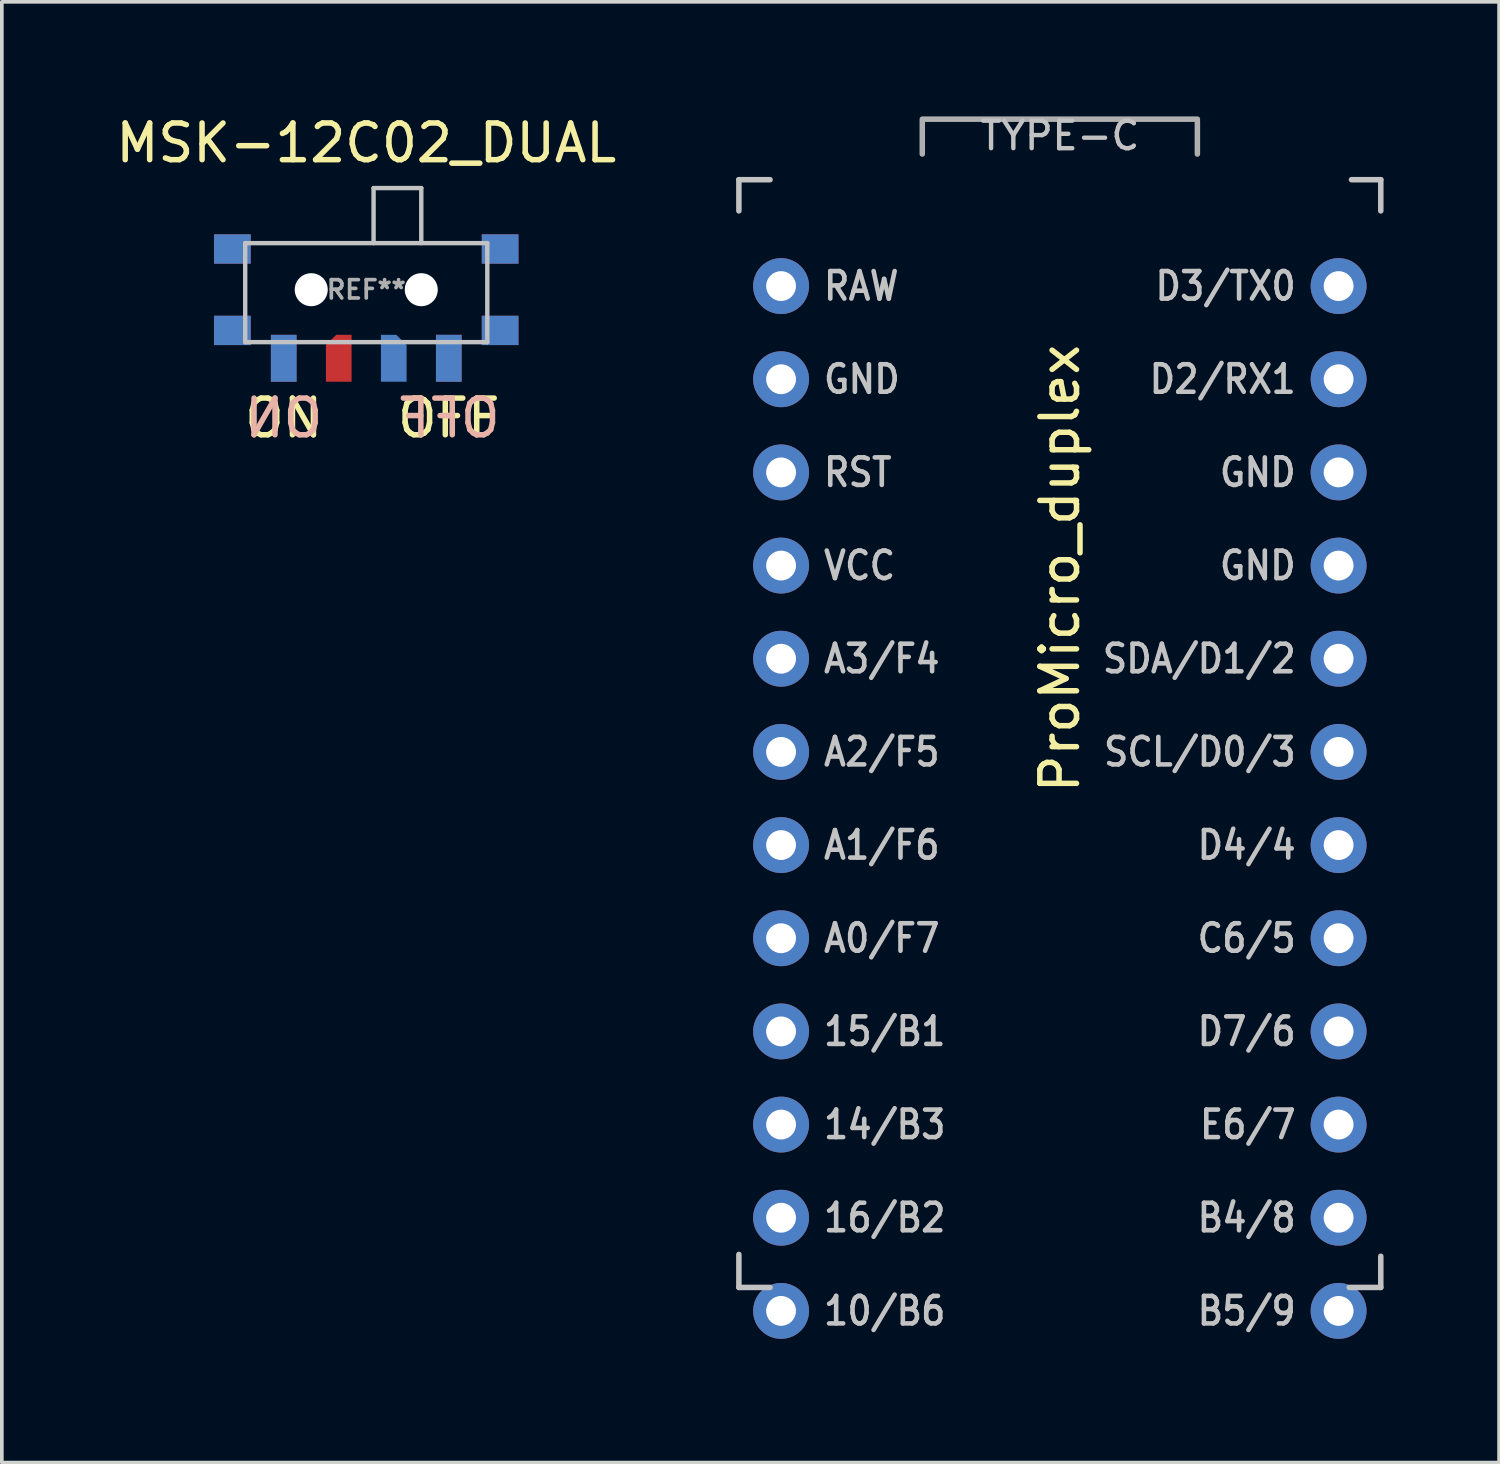
<source format=kicad_pcb>
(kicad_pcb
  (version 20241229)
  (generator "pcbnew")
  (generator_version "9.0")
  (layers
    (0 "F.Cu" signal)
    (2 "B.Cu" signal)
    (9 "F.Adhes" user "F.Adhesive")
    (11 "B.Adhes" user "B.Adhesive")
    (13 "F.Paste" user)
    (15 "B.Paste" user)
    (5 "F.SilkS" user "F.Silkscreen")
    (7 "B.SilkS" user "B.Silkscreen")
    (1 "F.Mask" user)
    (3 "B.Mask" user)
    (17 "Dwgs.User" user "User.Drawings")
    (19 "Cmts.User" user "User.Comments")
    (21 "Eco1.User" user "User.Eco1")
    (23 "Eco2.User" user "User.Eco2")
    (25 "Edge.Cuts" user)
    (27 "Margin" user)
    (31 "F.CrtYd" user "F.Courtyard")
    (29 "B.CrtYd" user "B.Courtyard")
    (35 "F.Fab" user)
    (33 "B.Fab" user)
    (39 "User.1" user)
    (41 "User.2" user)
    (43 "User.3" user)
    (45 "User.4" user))
  (footprint "MSK-12C02_DUAL"
    (layer "F.Cu")
    (at 6.935 3.578)
    (property "Reference" "MSK-12C02_DUAL" (at 0 -2.73 0) (layer "F.SilkS") (effects (font (size 1 1) (thickness 0.15))))
    (attr smd)
    (fp_line (start -3.3 0) (end -3.3 2.7) (stroke (width 0.12) (type solid)) (layer "Dwgs.User"))
    (fp_line (start -3.3 0) (end 3.3 0) (stroke (width 0.12) (type solid)) (layer "Dwgs.User"))
    (fp_line (start -3.3 2.7) (end 3.3 2.7) (stroke (width 0.12) (type solid)) (layer "Dwgs.User"))
    (fp_line (start 0.2 -1.5) (end 0.2 0) (stroke (width 0.12) (type solid)) (layer "Dwgs.User"))
    (fp_line (start 0.2 -1.5) (end 1.5 -1.5) (stroke (width 0.12) (type solid)) (layer "Dwgs.User"))
    (fp_line (start 1.5 -1.5) (end 1.5 0) (stroke (width 0.12) (type solid)) (layer "Dwgs.User"))
    (fp_line (start 3.3 0) (end 3.3 2.7) (stroke (width 0.12) (type solid)) (layer "Dwgs.User"))
    (fp_text user "OFF" (at 2.25 4.77 0) (layer "F.SilkS") (effects (font (size 1 1) (thickness 0.15))))
    (fp_text user "ON" (at -2.25 4.77 0) (layer "F.SilkS") (effects (font (size 1 1) (thickness 0.15))))
    (fp_text user "ON" (at -2.25 4.77 0) (layer "B.SilkS") (effects (font (size 1 1) (thickness 0.15)) (justify mirror)))
    (fp_text user "OFF" (at 2.25 4.77 0) (layer "B.SilkS") (effects (font (size 1 1) (thickness 0.15)) (justify mirror)))
    (fp_text user "REF**" (at 0 1.27 0) (layer "F.Fab") (effects (font (size 0.5 0.5) (thickness 0.1))))
    (pad "" smd rect (at -3.65 0.16) (size 1 0.8) (layers "F.Cu" "F.Mask" "F.Paste"))
    (pad "" smd rect (at -3.65 0.16) (size 1 0.8) (layers "B.Cu" "B.Mask" "B.Paste"))
    (pad "" smd rect (at -3.65 2.38) (size 1 0.8) (layers "F.Cu" "F.Mask" "F.Paste"))
    (pad "" smd rect (at -3.65 2.38) (size 1 0.8) (layers "B.Cu" "B.Mask" "B.Paste"))
    (pad "" np_thru_hole circle (at -1.5 1.27) (size 0.9 0.9) (drill 0.9) (layers "*.Cu" "*.Mask"))
    (pad "" np_thru_hole circle (at 1.5 1.27) (size 0.9 0.9) (drill 0.9) (layers "*.Cu" "*.Mask"))
    (pad "" smd rect (at 2.25 3.14) (size 0.7 1.28) (layers "F.Cu" "F.Mask" "F.Paste"))
    (pad "" smd rect (at 2.25 3.14) (size 0.7 1.28) (layers "B.Cu" "B.Mask" "B.Paste"))
    (pad "" smd rect (at 3.65 0.16) (size 1 0.8) (layers "F.Cu" "F.Mask" "F.Paste"))
    (pad "" smd rect (at 3.65 0.16) (size 1 0.8) (layers "B.Cu" "B.Mask" "B.Paste"))
    (pad "" smd rect (at 3.65 2.38) (size 1 0.8) (layers "F.Cu" "F.Mask" "F.Paste"))
    (pad "" smd rect (at 3.65 2.38) (size 1 0.8) (layers "B.Cu" "B.Mask" "B.Paste"))
    (pad "1" smd rect (at -2.25 3.14) (size 0.7 1.28) (layers "F.Cu" "F.Mask" "F.Paste"))
    (pad "1" smd rect (at -2.25 3.14) (size 0.7 1.28) (layers "B.Cu" "B.Mask" "B.Paste"))
    (pad "2" smd roundrect (at -0.75 3.14) (size 0.7 1.28) (layers "F.Cu" "F.Mask" "F.Paste") (roundrect_rratio 0) (chamfer_ratio 0.4) (chamfer top_left))
    (pad "2" smd roundrect (at 0.75 3.14) (size 0.7 1.28) (layers "B.Cu" "B.Mask" "B.Paste") (roundrect_rratio 0) (chamfer_ratio 0.4) (chamfer top_right)))
  (footprint "ProMicro_duplex"
    (layer "F.Cu")
    (at 25.844 17.449)
    (property "Reference" "ProMicro_duplex" (at 0 -5 270) (layer "F.SilkS") (effects (font (size 1 1) (thickness 0.15))))
    (attr through_hole)
    (fp_line (start -8.75 -15.6) (end -8.75 -14.75) (stroke (width 0.15) (type solid)) (layer "Dwgs.User"))
    (fp_line (start -8.75 -15.6) (end -7.9 -15.6) (stroke (width 0.15) (type solid)) (layer "Dwgs.User"))
    (fp_line (start -8.75 13.7) (end -8.75 14.6) (stroke (width 0.15) (type solid)) (layer "Dwgs.User"))
    (fp_line (start -8.75 14.6) (end -7.9 14.6) (stroke (width 0.15) (type solid)) (layer "Dwgs.User"))
    (fp_line (start 8.75 -15.6) (end 7.95 -15.6) (stroke (width 0.15) (type solid)) (layer "Dwgs.User"))
    (fp_line (start 8.75 -15.6) (end 8.75 -14.75) (stroke (width 0.15) (type solid)) (layer "Dwgs.User"))
    (fp_line (start 8.75 13.75) (end 8.75 14.6) (stroke (width 0.15) (type solid)) (layer "Dwgs.User"))
    (fp_line (start 8.75 14.6) (end 7.89 14.6) (stroke (width 0.15) (type solid)) (layer "Dwgs.User"))
    (fp_line (start -8.9 -16.3) (end -3.75 -16.3) (stroke (width 0.15) (type solid)) (layer "Eco1.User"))
    (fp_line (start -8.9 16.3) (end -8.9 -16.3) (stroke (width 0.15) (type solid)) (layer "Eco1.User"))
    (fp_line (start -3.75 -16.3) (end 3.75 -16.3) (stroke (width 0.15) (type solid)) (layer "Eco1.User"))
    (fp_line (start 3.75 -16.3) (end 8.9 -16.3) (stroke (width 0.15) (type solid)) (layer "Eco1.User"))
    (fp_line (start 8.9 -16.3) (end 8.9 16.3) (stroke (width 0.15) (type solid)) (layer "Eco1.User"))
    (fp_line (start 8.9 16.3) (end -8.9 16.3) (stroke (width 0.15) (type solid)) (layer "Eco1.User"))
    (fp_line (start -3.75 -17.25) (end 3.75 -17.25) (stroke (width 0.15) (type solid)) (layer "F.Fab"))
    (fp_line (start -3.75 -17.2) (end -3.75 -16.3) (stroke (width 0.15) (type solid)) (layer "F.Fab"))
    (fp_line (start 3.75 -17.2) (end 3.75 -16.3) (stroke (width 0.15) (type solid)) (layer "F.Fab"))
    (fp_text user "D3/TX0" (at 6.5 -12.7 0) (unlocked yes) (layer "Dwgs.User") (effects (font (size 0.75 0.67) (thickness 0.125)) (justify right)))
    (fp_text user "RST" (at -6.5 -7.62 0) (unlocked yes) (layer "Dwgs.User") (effects (font (size 0.75 0.67) (thickness 0.125)) (justify left)))
    (fp_text user "D7/6" (at 6.5 7.62 0) (unlocked yes) (layer "Dwgs.User") (effects (font (size 0.75 0.67) (thickness 0.125)) (justify right)))
    (fp_text user "A2/F5" (at -6.5 0 0) (unlocked yes) (layer "Dwgs.User") (effects (font (size 0.75 0.67) (thickness 0.125)) (justify left)))
    (fp_text user "16/B2" (at -6.5 12.7 0) (unlocked yes) (layer "Dwgs.User") (effects (font (size 0.75 0.67) (thickness 0.125)) (justify left)))
    (fp_text user "VCC" (at -6.5 -5.08 0) (unlocked yes) (layer "Dwgs.User") (effects (font (size 0.75 0.67) (thickness 0.125)) (justify left)))
    (fp_text user "10/B6" (at -6.5 15.24 0) (unlocked yes) (layer "Dwgs.User") (effects (font (size 0.75 0.67) (thickness 0.125)) (justify left)))
    (fp_text user "GND" (at 6.5 -5.08 0) (unlocked yes) (layer "Dwgs.User") (effects (font (size 0.75 0.67) (thickness 0.125)) (justify right)))
    (fp_text user "GND" (at -6.5 -10.16 0) (unlocked yes) (layer "Dwgs.User") (effects (font (size 0.75 0.67) (thickness 0.125)) (justify left)))
    (fp_text user "15/B1" (at -6.5 7.62 0) (unlocked yes) (layer "Dwgs.User") (effects (font (size 0.75 0.67) (thickness 0.125)) (justify left)))
    (fp_text user "B5/9" (at 6.5 15.24 0) (unlocked yes) (layer "Dwgs.User") (effects (font (size 0.75 0.67) (thickness 0.125)) (justify right)))
    (fp_text user "SDA/D1/2" (at 6.5 -2.54 0) (unlocked yes) (layer "Dwgs.User") (effects (font (size 0.75 0.67) (thickness 0.125)) (justify right)))
    (fp_text user "D4/4" (at 6.5 2.54 0) (unlocked yes) (layer "Dwgs.User") (effects (font (size 0.75 0.67) (thickness 0.125)) (justify right)))
    (fp_text user "SCL/D0/3" (at 6.5 0 0) (unlocked yes) (layer "Dwgs.User") (effects (font (size 0.75 0.67) (thickness 0.125)) (justify right)))
    (fp_text user "A1/F6" (at -6.5 2.54 0) (unlocked yes) (layer "Dwgs.User") (effects (font (size 0.75 0.67) (thickness 0.125)) (justify left)))
    (fp_text user "A3/F4" (at -6.5 -2.54 0) (unlocked yes) (layer "Dwgs.User") (effects (font (size 0.75 0.67) (thickness 0.125)) (justify left)))
    (fp_text user "14/B3" (at -6.5 10.16 0) (unlocked yes) (layer "Dwgs.User") (effects (font (size 0.75 0.67) (thickness 0.125)) (justify left)))
    (fp_text user "RAW" (at -6.5 -12.7 0) (unlocked yes) (layer "Dwgs.User") (effects (font (size 0.75 0.67) (thickness 0.125)) (justify left)))
    (fp_text user "B4/8" (at 6.5 12.7 0) (unlocked yes) (layer "Dwgs.User") (effects (font (size 0.75 0.67) (thickness 0.125)) (justify right)))
    (fp_text user "A0/F7" (at -6.5 5.08 0) (unlocked yes) (layer "Dwgs.User") (effects (font (size 0.75 0.67) (thickness 0.125)) (justify left)))
    (fp_text user "GND" (at 6.5 -7.62 0) (unlocked yes) (layer "Dwgs.User") (effects (font (size 0.75 0.67) (thickness 0.125)) (justify right)))
    (fp_text user "C6/5" (at 6.5 5.08 0) (unlocked yes) (layer "Dwgs.User") (effects (font (size 0.75 0.67) (thickness 0.125)) (justify right)))
    (fp_text user "TYPE-C" (at 0 -16.8 0) (layer "Dwgs.User") (effects (font (size 0.75 0.75) (thickness 0.12))))
    (fp_text user "E6/7" (at 6.5 10.16 0) (unlocked yes) (layer "Dwgs.User") (effects (font (size 0.75 0.67) (thickness 0.125)) (justify right)))
    (fp_text user "D2/RX1" (at 6.5 -10.16 0) (unlocked yes) (layer "Dwgs.User") (effects (font (size 0.75 0.67) (thickness 0.125)) (justify right)))
    (pad "1" thru_hole circle (at 7.6 -12.7) (size 1.524 1.524) (drill 0.813) (layers "*.Cu" "*.Mask"))
    (pad "2" thru_hole circle (at 7.6 -10.16) (size 1.524 1.524) (drill 0.813) (layers "*.Cu" "*.Mask"))
    (pad "3" thru_hole circle (at 7.6 -7.62) (size 1.524 1.524) (drill 0.813) (layers "*.Cu" "*.Mask"))
    (pad "4" thru_hole circle (at 7.6 -5.08) (size 1.524 1.524) (drill 0.813) (layers "*.Cu" "*.Mask"))
    (pad "5" thru_hole circle (at 7.6 -2.54) (size 1.524 1.524) (drill 0.813) (layers "*.Cu" "*.Mask"))
    (pad "6" thru_hole circle (at 7.6 0) (size 1.524 1.524) (drill 0.813) (layers "*.Cu" "*.Mask"))
    (pad "7" thru_hole circle (at 7.6 2.54) (size 1.524 1.524) (drill 0.813) (layers "*.Cu" "*.Mask"))
    (pad "8" thru_hole circle (at 7.6 5.08) (size 1.524 1.524) (drill 0.813) (layers "*.Cu" "*.Mask"))
    (pad "9" thru_hole circle (at 7.6 7.62) (size 1.524 1.524) (drill 0.813) (layers "*.Cu" "*.Mask"))
    (pad "10" thru_hole circle (at 7.6 10.16) (size 1.524 1.524) (drill 0.813) (layers "*.Cu" "*.Mask"))
    (pad "11" thru_hole circle (at 7.6 12.7) (size 1.524 1.524) (drill 0.813) (layers "*.Cu" "*.Mask"))
    (pad "12" thru_hole circle (at 7.6 15.24) (size 1.524 1.524) (drill 0.813) (layers "*.Cu" "*.Mask"))
    (pad "13" thru_hole circle (at -7.6 15.24) (size 1.524 1.524) (drill 0.813) (layers "*.Cu" "*.Mask"))
    (pad "14" thru_hole circle (at -7.6 12.7) (size 1.524 1.524) (drill 0.813) (layers "*.Cu" "*.Mask"))
    (pad "15" thru_hole circle (at -7.6 10.16) (size 1.524 1.524) (drill 0.813) (layers "*.Cu" "*.Mask"))
    (pad "16" thru_hole circle (at -7.6 7.62) (size 1.524 1.524) (drill 0.813) (layers "*.Cu" "*.Mask"))
    (pad "17" thru_hole circle (at -7.6 5.08) (size 1.524 1.524) (drill 0.813) (layers "*.Cu" "*.Mask"))
    (pad "18" thru_hole circle (at -7.6 2.54) (size 1.524 1.524) (drill 0.813) (layers "*.Cu" "*.Mask"))
    (pad "19" thru_hole circle (at -7.6 0) (size 1.524 1.524) (drill 0.813) (layers "*.Cu" "*.Mask"))
    (pad "20" thru_hole circle (at -7.6 -2.54) (size 1.524 1.524) (drill 0.813) (layers "*.Cu" "*.Mask"))
    (pad "21" thru_hole circle (at -7.6 -5.08) (size 1.524 1.524) (drill 0.813) (layers "*.Cu" "*.Mask"))
    (pad "22" thru_hole circle (at -7.6 -7.62) (size 1.524 1.524) (drill 0.813) (layers "*.Cu" "*.Mask"))
    (pad "23" thru_hole circle (at -7.6 -10.16) (size 1.524 1.524) (drill 0.813) (layers "*.Cu" "*.Mask"))
    (pad "24" thru_hole circle (at -7.6 -12.7 90) (size 1.524 1.524) (drill 0.813) (layers "*.Cu" "*.Mask")))
  (gr_rect
    (start -3 -3)
    (end 37.819 36.824)
    (stroke (width 0.1) (type default))
    (fill no)
    (layer "Edge.Cuts")))
</source>
